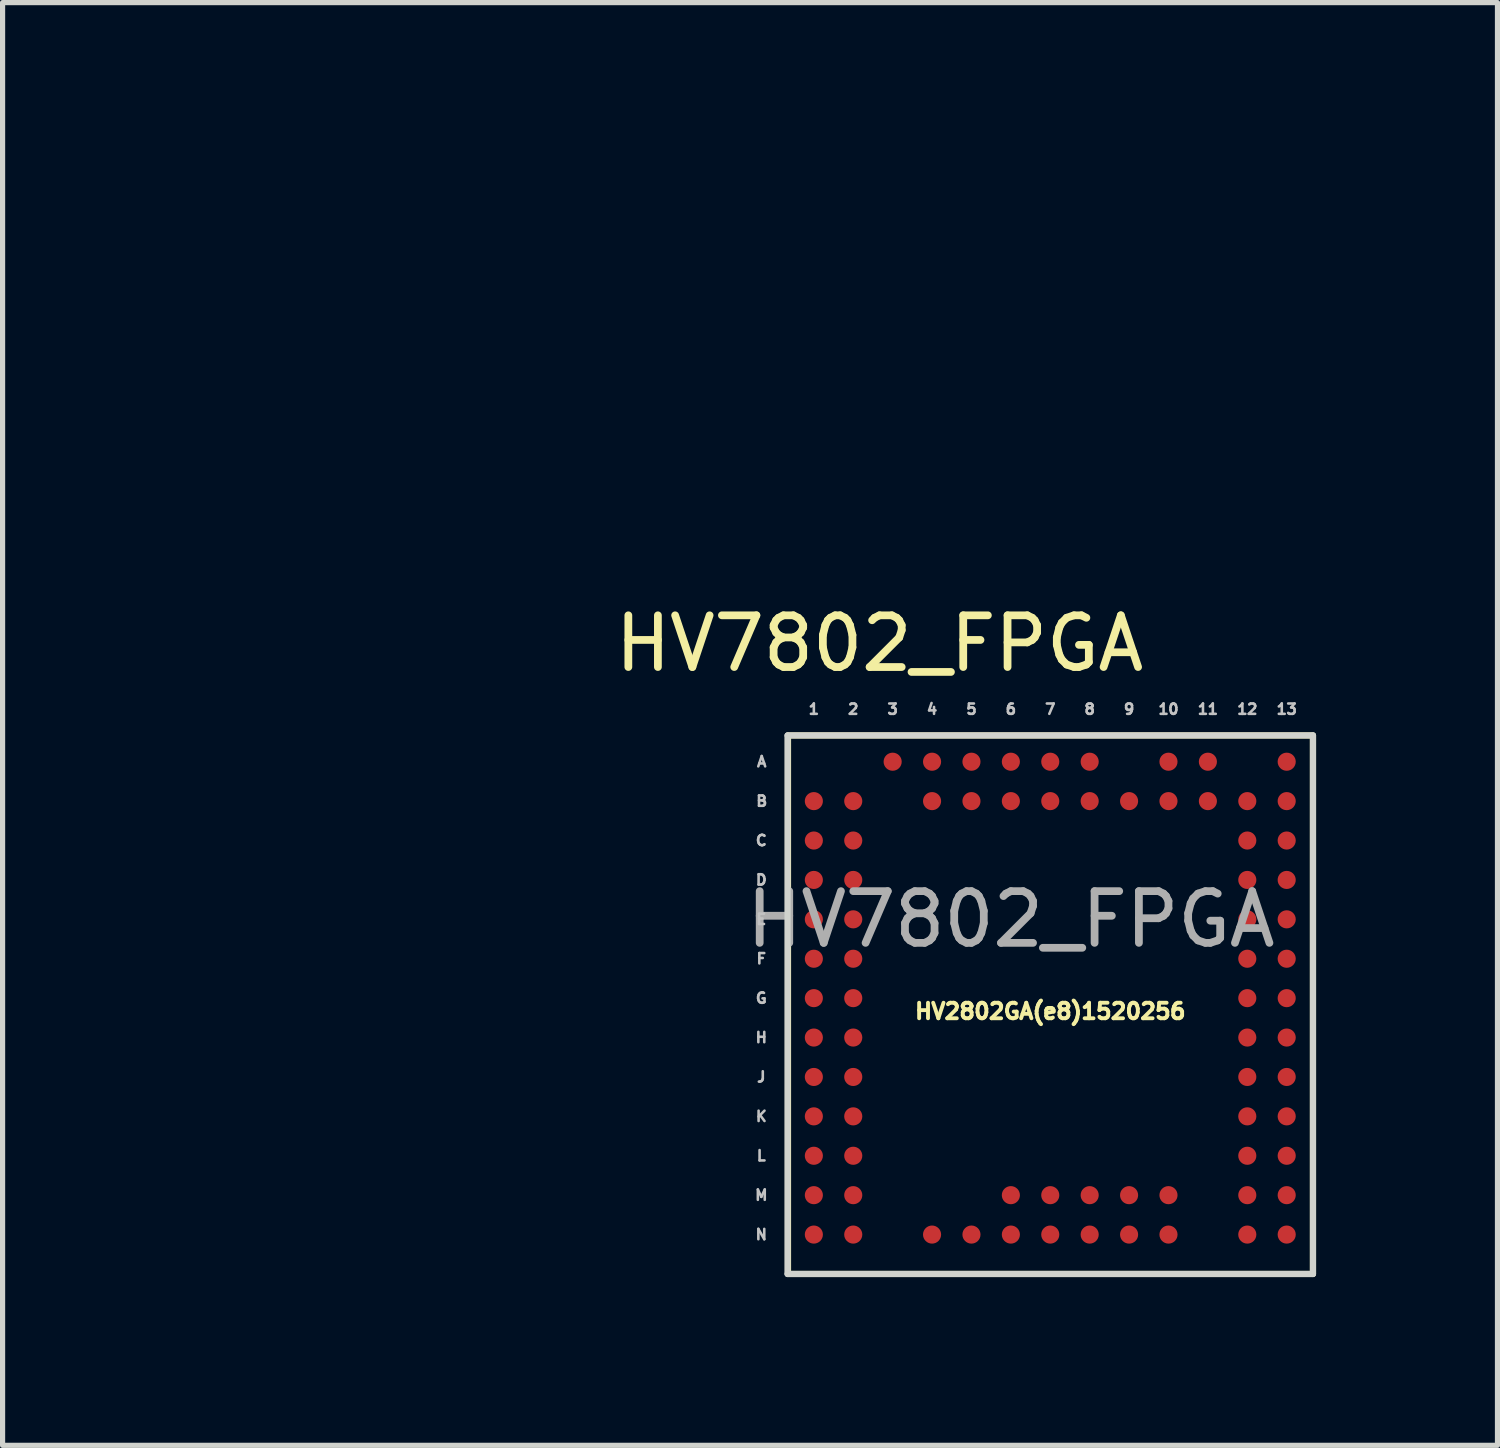
<source format=kicad_pcb>
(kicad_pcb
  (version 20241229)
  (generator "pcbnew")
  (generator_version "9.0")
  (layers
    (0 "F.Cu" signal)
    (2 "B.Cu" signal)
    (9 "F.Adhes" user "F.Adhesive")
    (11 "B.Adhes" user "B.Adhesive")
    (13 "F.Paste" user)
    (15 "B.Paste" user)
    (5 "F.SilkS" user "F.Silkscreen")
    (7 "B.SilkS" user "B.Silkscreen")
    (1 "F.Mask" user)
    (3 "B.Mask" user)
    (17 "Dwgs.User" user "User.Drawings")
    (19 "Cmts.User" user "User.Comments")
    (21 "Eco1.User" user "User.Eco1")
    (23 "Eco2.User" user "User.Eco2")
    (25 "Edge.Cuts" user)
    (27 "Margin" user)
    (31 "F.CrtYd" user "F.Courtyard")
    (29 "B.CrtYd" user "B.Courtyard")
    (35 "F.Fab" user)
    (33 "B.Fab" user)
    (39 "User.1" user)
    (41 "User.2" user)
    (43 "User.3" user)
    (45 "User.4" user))
  (footprint "HV7802_FPGA"
    (layer "F.Cu")
    (at 0.25 0.25)
    (property "Reference" "HV7802_FPGA" (at 13.708 9.144 0) (unlocked yes) (layer "F.SilkS") (effects (font (size 1 1) (thickness 0.15))))
    (attr smd)
    (fp_rect (start 11.938 10.922) (end 22.09 21.336) (stroke (width 0.12) (type solid)) (fill no) (layer "F.SilkS"))
    (fp_poly (pts (xy 22.598 21.59) (xy 11.168 21.59) (xy 11.168 9.906) (xy 22.598 9.906)) (stroke (width 0.12) (type solid)) (fill no) (layer "Eco1.User"))
    (fp_line (start 11.93 10.922) (end 22.09 10.922) (stroke (width 0.12) (type solid)) (layer "Edge.Cuts"))
    (fp_line (start 11.93 21.336) (end 11.93 10.922) (stroke (width 0.12) (type solid)) (layer "Edge.Cuts"))
    (fp_line (start 22.09 10.922) (end 22.09 21.336) (stroke (width 0.12) (type solid)) (layer "Edge.Cuts"))
    (fp_line (start 22.09 21.336) (end 11.93 21.336) (stroke (width 0.12) (type solid)) (layer "Edge.Cuts"))
    (fp_line (start 11.93 10.922) (end 21.074 10.922) (stroke (width 0.12) (type solid)) (layer "Margin"))
    (fp_line (start 11.93 20.066) (end 11.93 10.922) (stroke (width 0.12) (type solid)) (layer "Margin"))
    (fp_line (start 22.09 10.922) (end 22.09 20.32) (stroke (width 0.12) (type solid)) (layer "Margin"))
    (fp_line (start 22.09 21.336) (end 11.93 21.336) (stroke (width 0.12) (type solid)) (layer "Margin"))
    (fp_text user "HV2802GA(e8)1520256" (at 17.01 16.256 0) (unlocked yes) (layer "F.SilkS") (effects (font (size 0.3 0.3) (thickness 0.075))))
    (fp_text user "C" (at 11.422 12.954 0) (unlocked yes) (layer "Dwgs.User") (effects (font (size 0.2 0.2) (thickness 0.05))))
    (fp_text user "J" (at 11.422 17.526 0) (unlocked yes) (layer "Dwgs.User") (effects (font (size 0.2 0.2) (thickness 0.05))))
    (fp_text user "A" (at 11.43 11.43 0) (unlocked yes) (layer "Dwgs.User") (effects (font (size 0.2 0.2) (thickness 0.15))))
    (fp_text user "E" (at 11.422 14.478 0) (unlocked yes) (layer "Dwgs.User") (effects (font (size 0.2 0.2) (thickness 0.05))))
    (fp_text user "2" (at 13.2 10.414 0) (unlocked yes) (layer "Dwgs.User") (effects (font (size 0.2 0.2) (thickness 0.05))))
    (fp_text user "D" (at 11.422 13.716 0) (unlocked yes) (layer "Dwgs.User") (effects (font (size 0.2 0.2) (thickness 0.05))))
    (fp_text user "9" (at 18.534 10.414 0) (unlocked yes) (layer "Dwgs.User") (effects (font (size 0.2 0.2) (thickness 0.05))))
    (fp_text user "F" (at 11.422 15.24 0) (unlocked yes) (layer "Dwgs.User") (effects (font (size 0.2 0.2) (thickness 0.05))))
    (fp_text user "7" (at 17.01 10.414 0) (unlocked yes) (layer "Dwgs.User") (effects (font (size 0.2 0.2) (thickness 0.05))))
    (fp_text user "4" (at 14.724 10.414 0) (unlocked yes) (layer "Dwgs.User") (effects (font (size 0.2 0.2) (thickness 0.05))))
    (fp_text user "8" (at 17.772 10.414 0) (unlocked yes) (layer "Dwgs.User") (effects (font (size 0.2 0.2) (thickness 0.05))))
    (fp_text user "6" (at 16.248 10.414 0) (unlocked yes) (layer "Dwgs.User") (effects (font (size 0.2 0.2) (thickness 0.05))))
    (fp_text user "B" (at 11.43 12.192 0) (unlocked yes) (layer "Dwgs.User") (effects (font (size 0.2 0.2) (thickness 0.05))))
    (fp_text user "12" (at 20.82 10.414 0) (unlocked yes) (layer "Dwgs.User") (effects (font (size 0.2 0.2) (thickness 0.05))))
    (fp_text user "L" (at 11.422 19.05 0) (unlocked yes) (layer "Dwgs.User") (effects (font (size 0.2 0.2) (thickness 0.05))))
    (fp_text user "K" (at 11.422 18.288 0) (unlocked yes) (layer "Dwgs.User") (effects (font (size 0.2 0.2) (thickness 0.05))))
    (fp_text user "G" (at 11.422 16.002 0) (unlocked yes) (layer "Dwgs.User") (effects (font (size 0.2 0.2) (thickness 0.05))))
    (fp_text user "3" (at 13.962 10.414 0) (unlocked yes) (layer "Dwgs.User") (effects (font (size 0.2 0.2) (thickness 0.05))))
    (fp_text user "10" (at 19.296 10.414 0) (unlocked yes) (layer "Dwgs.User") (effects (font (size 0.2 0.2) (thickness 0.05))))
    (fp_text user "M" (at 11.422 19.812 0) (unlocked yes) (layer "Dwgs.User") (effects (font (size 0.2 0.2) (thickness 0.05))))
    (fp_text user "5" (at 15.486 10.414 0) (unlocked yes) (layer "Dwgs.User") (effects (font (size 0.2 0.2) (thickness 0.05))))
    (fp_text user "11" (at 20.058 10.414 0) (unlocked yes) (layer "Dwgs.User") (effects (font (size 0.2 0.2) (thickness 0.05))))
    (fp_text user "13" (at 21.582 10.414 0) (unlocked yes) (layer "Dwgs.User") (effects (font (size 0.2 0.2) (thickness 0.05))))
    (fp_text user "N" (at 11.422 20.574 0) (unlocked yes) (layer "Dwgs.User") (effects (font (size 0.2 0.2) (thickness 0.05))))
    (fp_text user "1" (at 12.438 10.414 0) (unlocked yes) (layer "Dwgs.User") (effects (font (size 0.2 0.2) (thickness 0.05))))
    (fp_text user "H" (at 11.422 16.764 0) (unlocked yes) (layer "Dwgs.User") (effects (font (size 0.2 0.2) (thickness 0.05))))
    (fp_text user "${REFERENCE}" (at 16.248 14.478 0) (unlocked yes) (layer "F.Fab") (effects (font (size 1 1) (thickness 0.15))))
    (pad "CLK" smd circle (at 17.772 12.192) (size 0.35 0.35) (property pad_prop_bga) (layers "F.Cu" "F.Mask" "F.Paste"))
    (pad "CLR" smd circle (at 18.534 12.192) (size 0.35 0.35) (property pad_prop_bga) (layers "F.Cu" "F.Mask" "F.Paste"))
    (pad "DIN" smd circle (at 17.01 12.192) (size 0.35 0.35) (property pad_prop_bga) (layers "F.Cu" "F.Mask" "F.Paste"))
    (pad "DOUT" smd circle (at 15.486 11.43) (size 0.35 0.35) (property pad_prop_bga) (layers "F.Cu" "F.Mask" "F.Paste"))
    (pad "GND" smd circle (at 16.248 11.43) (size 0.35 0.35) (property pad_prop_bga) (layers "F.Cu" "F.Mask" "F.Paste"))
    (pad "LE" smd circle (at 17.772 11.43) (size 0.35 0.35) (property pad_prop_bga) (layers "F.Cu" "F.Mask" "F.Paste"))
    (pad "NC" smd circle (at 15.486 20.574) (size 0.35 0.35) (property pad_prop_bga) (layers "F.Cu" "F.Mask" "F.Paste"))
    (pad "NC" smd circle (at 16.248 12.192) (size 0.35 0.35) (property pad_prop_bga) (layers "F.Cu" "F.Mask" "F.Paste"))
    (pad "NC" smd circle (at 19.296 19.812) (size 0.35 0.35) (property pad_prop_bga) (layers "F.Cu" "F.Mask" "F.Paste"))
    (pad "SW0A" smd circle (at 15.486 12.192) (size 0.35 0.35) (property pad_prop_bga) (layers "F.Cu" "F.Mask" "F.Paste"))
    (pad "SW0B" smd circle (at 14.724 11.43) (size 0.35 0.35) (property pad_prop_bga) (layers "F.Cu" "F.Mask" "F.Paste"))
    (pad "SW1A" smd circle (at 14.724 12.192) (size 0.35 0.35) (property pad_prop_bga) (layers "F.Cu" "F.Mask" "F.Paste"))
    (pad "SW1B" smd circle (at 13.962 11.43) (size 0.35 0.35) (property pad_prop_bga) (layers "F.Cu" "F.Mask" "F.Paste"))
    (pad "SW2A" smd circle (at 13.2 12.192) (size 0.35 0.35) (property pad_prop_bga) (layers "F.Cu" "F.Mask" "F.Paste"))
    (pad "SW3A" smd circle (at 12.438 12.192) (size 0.35 0.35) (property pad_prop_bga) (layers "F.Cu" "F.Mask" "F.Paste"))
    (pad "SW3B" smd circle (at 13.2 12.954) (size 0.35 0.35) (property pad_prop_bga) (layers "F.Cu" "F.Mask" "F.Paste"))
    (pad "SW4A" smd circle (at 12.438 12.954) (size 0.35 0.35) (property pad_prop_bga) (layers "F.Cu" "F.Mask" "F.Paste"))
    (pad "SW4B" smd circle (at 13.2 13.716) (size 0.35 0.35) (property pad_prop_bga) (layers "F.Cu" "F.Mask" "F.Paste"))
    (pad "SW5A" smd circle (at 12.438 13.716) (size 0.35 0.35) (property pad_prop_bga) (layers "F.Cu" "F.Mask" "F.Paste"))
    (pad "SW5B" smd circle (at 13.2 14.478) (size 0.35 0.35) (property pad_prop_bga) (layers "F.Cu" "F.Mask" "F.Paste"))
    (pad "SW6A" smd circle (at 12.438 14.478) (size 0.35 0.35) (property pad_prop_bga) (layers "F.Cu" "F.Mask" "F.Paste"))
    (pad "SW6B" smd circle (at 13.2 15.24) (size 0.35 0.35) (property pad_prop_bga) (layers "F.Cu" "F.Mask" "F.Paste"))
    (pad "SW7A" smd circle (at 12.438 15.24) (size 0.35 0.35) (property pad_prop_bga) (layers "F.Cu" "F.Mask" "F.Paste"))
    (pad "SW7B" smd circle (at 13.2 16.002) (size 0.35 0.35) (property pad_prop_bga) (layers "F.Cu" "F.Mask" "F.Paste"))
    (pad "SW8A" smd circle (at 12.438 16.002) (size 0.35 0.35) (property pad_prop_bga) (layers "F.Cu" "F.Mask" "F.Paste"))
    (pad "SW8B" smd circle (at 13.2 16.764) (size 0.35 0.35) (property pad_prop_bga) (layers "F.Cu" "F.Mask" "F.Paste"))
    (pad "SW9A" smd circle (at 12.438 16.764) (size 0.35 0.35) (property pad_prop_bga) (layers "F.Cu" "F.Mask" "F.Paste"))
    (pad "SW9B" smd circle (at 13.2 17.526) (size 0.35 0.35) (property pad_prop_bga) (layers "F.Cu" "F.Mask" "F.Paste"))
    (pad "SW10A" smd circle (at 12.438 17.526) (size 0.35 0.35) (property pad_prop_bga) (layers "F.Cu" "F.Mask" "F.Paste"))
    (pad "SW10B" smd circle (at 13.2 18.288) (size 0.35 0.35) (property pad_prop_bga) (layers "F.Cu" "F.Mask" "F.Paste"))
    (pad "SW11A" smd circle (at 12.438 18.288) (size 0.35 0.35) (property pad_prop_bga) (layers "F.Cu" "F.Mask" "F.Paste"))
    (pad "SW11B" smd circle (at 13.2 19.05) (size 0.35 0.35) (property pad_prop_bga) (layers "F.Cu" "F.Mask" "F.Paste"))
    (pad "SW12A" smd circle (at 12.438 19.05) (size 0.35 0.35) (property pad_prop_bga) (layers "F.Cu" "F.Mask" "F.Paste"))
    (pad "SW12B" smd circle (at 13.2 19.812) (size 0.35 0.35) (property pad_prop_bga) (layers "F.Cu" "F.Mask" "F.Paste"))
    (pad "SW13A" smd circle (at 12.438 19.812) (size 0.35 0.35) (property pad_prop_bga) (layers "F.Cu" "F.Mask" "F.Paste"))
    (pad "SW13B" smd circle (at 12.438 20.574) (size 0.35 0.35) (property pad_prop_bga) (layers "F.Cu" "F.Mask" "F.Paste"))
    (pad "SW14A" smd circle (at 16.248 19.812) (size 0.35 0.35) (property pad_prop_bga) (layers "F.Cu" "F.Mask" "F.Paste"))
    (pad "SW14B" smd circle (at 16.248 20.574) (size 0.35 0.35) (property pad_prop_bga) (layers "F.Cu" "F.Mask" "F.Paste"))
    (pad "SW15A" smd circle (at 17.01 19.812) (size 0.35 0.35) (property pad_prop_bga) (layers "F.Cu" "F.Mask" "F.Paste"))
    (pad "SW15B" smd circle (at 17.01 20.574) (size 0.35 0.35) (property pad_prop_bga) (layers "F.Cu" "F.Mask" "F.Paste"))
    (pad "SW16A" smd circle (at 17.772 19.812) (size 0.35 0.35) (property pad_prop_bga) (layers "F.Cu" "F.Mask" "F.Paste"))
    (pad "SW16B" smd circle (at 17.772 20.574) (size 0.35 0.35) (property pad_prop_bga) (layers "F.Cu" "F.Mask" "F.Paste"))
    (pad "SW17A" smd circle (at 18.534 19.812) (size 0.35 0.35) (property pad_prop_bga) (layers "F.Cu" "F.Mask" "F.Paste"))
    (pad "SW17B" smd circle (at 18.534 20.574) (size 0.35 0.35) (property pad_prop_bga) (layers "F.Cu" "F.Mask" "F.Paste"))
    (pad "SW18A" smd circle (at 20.82 19.812) (size 0.35 0.35) (property pad_prop_bga) (layers "F.Cu" "F.Mask" "F.Paste"))
    (pad "SW18B" smd circle (at 21.582 20.574) (size 0.35 0.35) (property pad_prop_bga) (layers "F.Cu" "F.Mask" "F.Paste"))
    (pad "SW19A" smd circle (at 21.582 19.812) (size 0.35 0.35) (property pad_prop_bga) (layers "F.Cu" "F.Mask" "F.Paste"))
    (pad "SW19B" smd circle (at 20.82 19.05) (size 0.35 0.35) (property pad_prop_bga) (layers "F.Cu" "F.Mask" "F.Paste"))
    (pad "SW20A" smd circle (at 21.582 19.05) (size 0.35 0.35) (property pad_prop_bga) (layers "F.Cu" "F.Mask" "F.Paste"))
    (pad "SW20B" smd circle (at 20.82 18.288) (size 0.35 0.35) (property pad_prop_bga) (layers "F.Cu" "F.Mask" "F.Paste"))
    (pad "SW21A" smd circle (at 21.582 18.288) (size 0.35 0.35) (property pad_prop_bga) (layers "F.Cu" "F.Mask" "F.Paste"))
    (pad "SW21B" smd circle (at 20.82 17.526) (size 0.35 0.35) (property pad_prop_bga) (layers "F.Cu" "F.Mask" "F.Paste"))
    (pad "SW22A" smd circle (at 21.582 17.526) (size 0.35 0.35) (property pad_prop_bga) (layers "F.Cu" "F.Mask" "F.Paste"))
    (pad "SW22B" smd circle (at 20.82 16.764) (size 0.35 0.35) (property pad_prop_bga) (layers "F.Cu" "F.Mask" "F.Paste"))
    (pad "SW23A" smd circle (at 21.582 16.764) (size 0.35 0.35) (property pad_prop_bga) (layers "F.Cu" "F.Mask" "F.Paste"))
    (pad "SW23B" smd circle (at 20.82 16.002) (size 0.35 0.35) (property pad_prop_bga) (layers "F.Cu" "F.Mask" "F.Paste"))
    (pad "SW24A" smd circle (at 21.582 16.002) (size 0.35 0.35) (property pad_prop_bga) (layers "F.Cu" "F.Mask" "F.Paste"))
    (pad "SW24B" smd circle (at 20.82 15.24) (size 0.35 0.35) (property pad_prop_bga) (layers "F.Cu" "F.Mask" "F.Paste"))
    (pad "SW25A" smd circle (at 21.582 15.24) (size 0.35 0.35) (property pad_prop_bga) (layers "F.Cu" "F.Mask" "F.Paste"))
    (pad "SW25B" smd circle (at 20.82 14.478) (size 0.35 0.35) (property pad_prop_bga) (layers "F.Cu" "F.Mask" "F.Paste"))
    (pad "SW26A" smd circle (at 21.582 14.478) (size 0.35 0.35) (property pad_prop_bga) (layers "F.Cu" "F.Mask" "F.Paste"))
    (pad "SW26B" smd circle (at 20.82 13.716) (size 0.35 0.35) (property pad_prop_bga) (layers "F.Cu" "F.Mask" "F.Paste"))
    (pad "SW27A" smd circle (at 21.582 13.716) (size 0.35 0.35) (property pad_prop_bga) (layers "F.Cu" "F.Mask" "F.Paste"))
    (pad "SW27B" smd circle (at 20.82 12.954) (size 0.35 0.35) (property pad_prop_bga) (layers "F.Cu" "F.Mask" "F.Paste"))
    (pad "SW28A" smd circle (at 21.582 12.954) (size 0.35 0.35) (property pad_prop_bga) (layers "F.Cu" "F.Mask" "F.Paste"))
    (pad "SW28B" smd circle (at 20.82 12.192) (size 0.35 0.35) (property pad_prop_bga) (layers "F.Cu" "F.Mask" "F.Paste"))
    (pad "SW29A" smd circle (at 21.582 12.192) (size 0.35 0.35) (property pad_prop_bga) (layers "F.Cu" "F.Mask" "F.Paste"))
    (pad "SW29B" smd circle (at 21.582 11.43) (size 0.35 0.35) (property pad_prop_bga) (layers "F.Cu" "F.Mask" "F.Paste"))
    (pad "SW30A" smd circle (at 20.058 11.43) (size 0.35 0.35) (property pad_prop_bga) (layers "F.Cu" "F.Mask" "F.Paste"))
    (pad "SW30B" smd circle (at 20.058 12.192) (size 0.35 0.35) (property pad_prop_bga) (layers "F.Cu" "F.Mask" "F.Paste"))
    (pad "SW31A" smd circle (at 19.296 11.43) (size 0.35 0.35) (property pad_prop_bga) (layers "F.Cu" "F.Mask" "F.Paste"))
    (pad "SW31B" smd circle (at 19.296 12.192) (size 0.35 0.35) (property pad_prop_bga) (layers "F.Cu" "F.Mask" "F.Paste"))
    (pad "VDD" smd circle (at 17.01 11.43) (size 0.35 0.35) (property pad_prop_bga) (layers "F.Cu" "F.Mask" "F.Paste"))
    (pad "VNN" smd circle (at 13.2 20.574) (size 0.35 0.35) (property pad_prop_bga) (layers "F.Cu" "F.Mask" "F.Paste"))
    (pad "VNN" smd circle (at 20.82 20.574) (size 0.35 0.35) (property pad_prop_bga) (layers "F.Cu" "F.Mask" "F.Paste"))
    (pad "VPP" smd circle (at 14.724 20.574) (size 0.35 0.35) (property pad_prop_bga) (layers "F.Cu" "F.Mask" "F.Paste"))
    (pad "VPP" smd circle (at 19.296 20.574) (size 0.35 0.35) (property pad_prop_bga) (layers "F.Cu" "F.Mask" "F.Paste")))
  (gr_rect
    (start -3 -3)
    (end 25.908 24.9)
    (stroke (width 0.1) (type default))
    (fill no)
    (layer "Edge.Cuts")))
</source>
